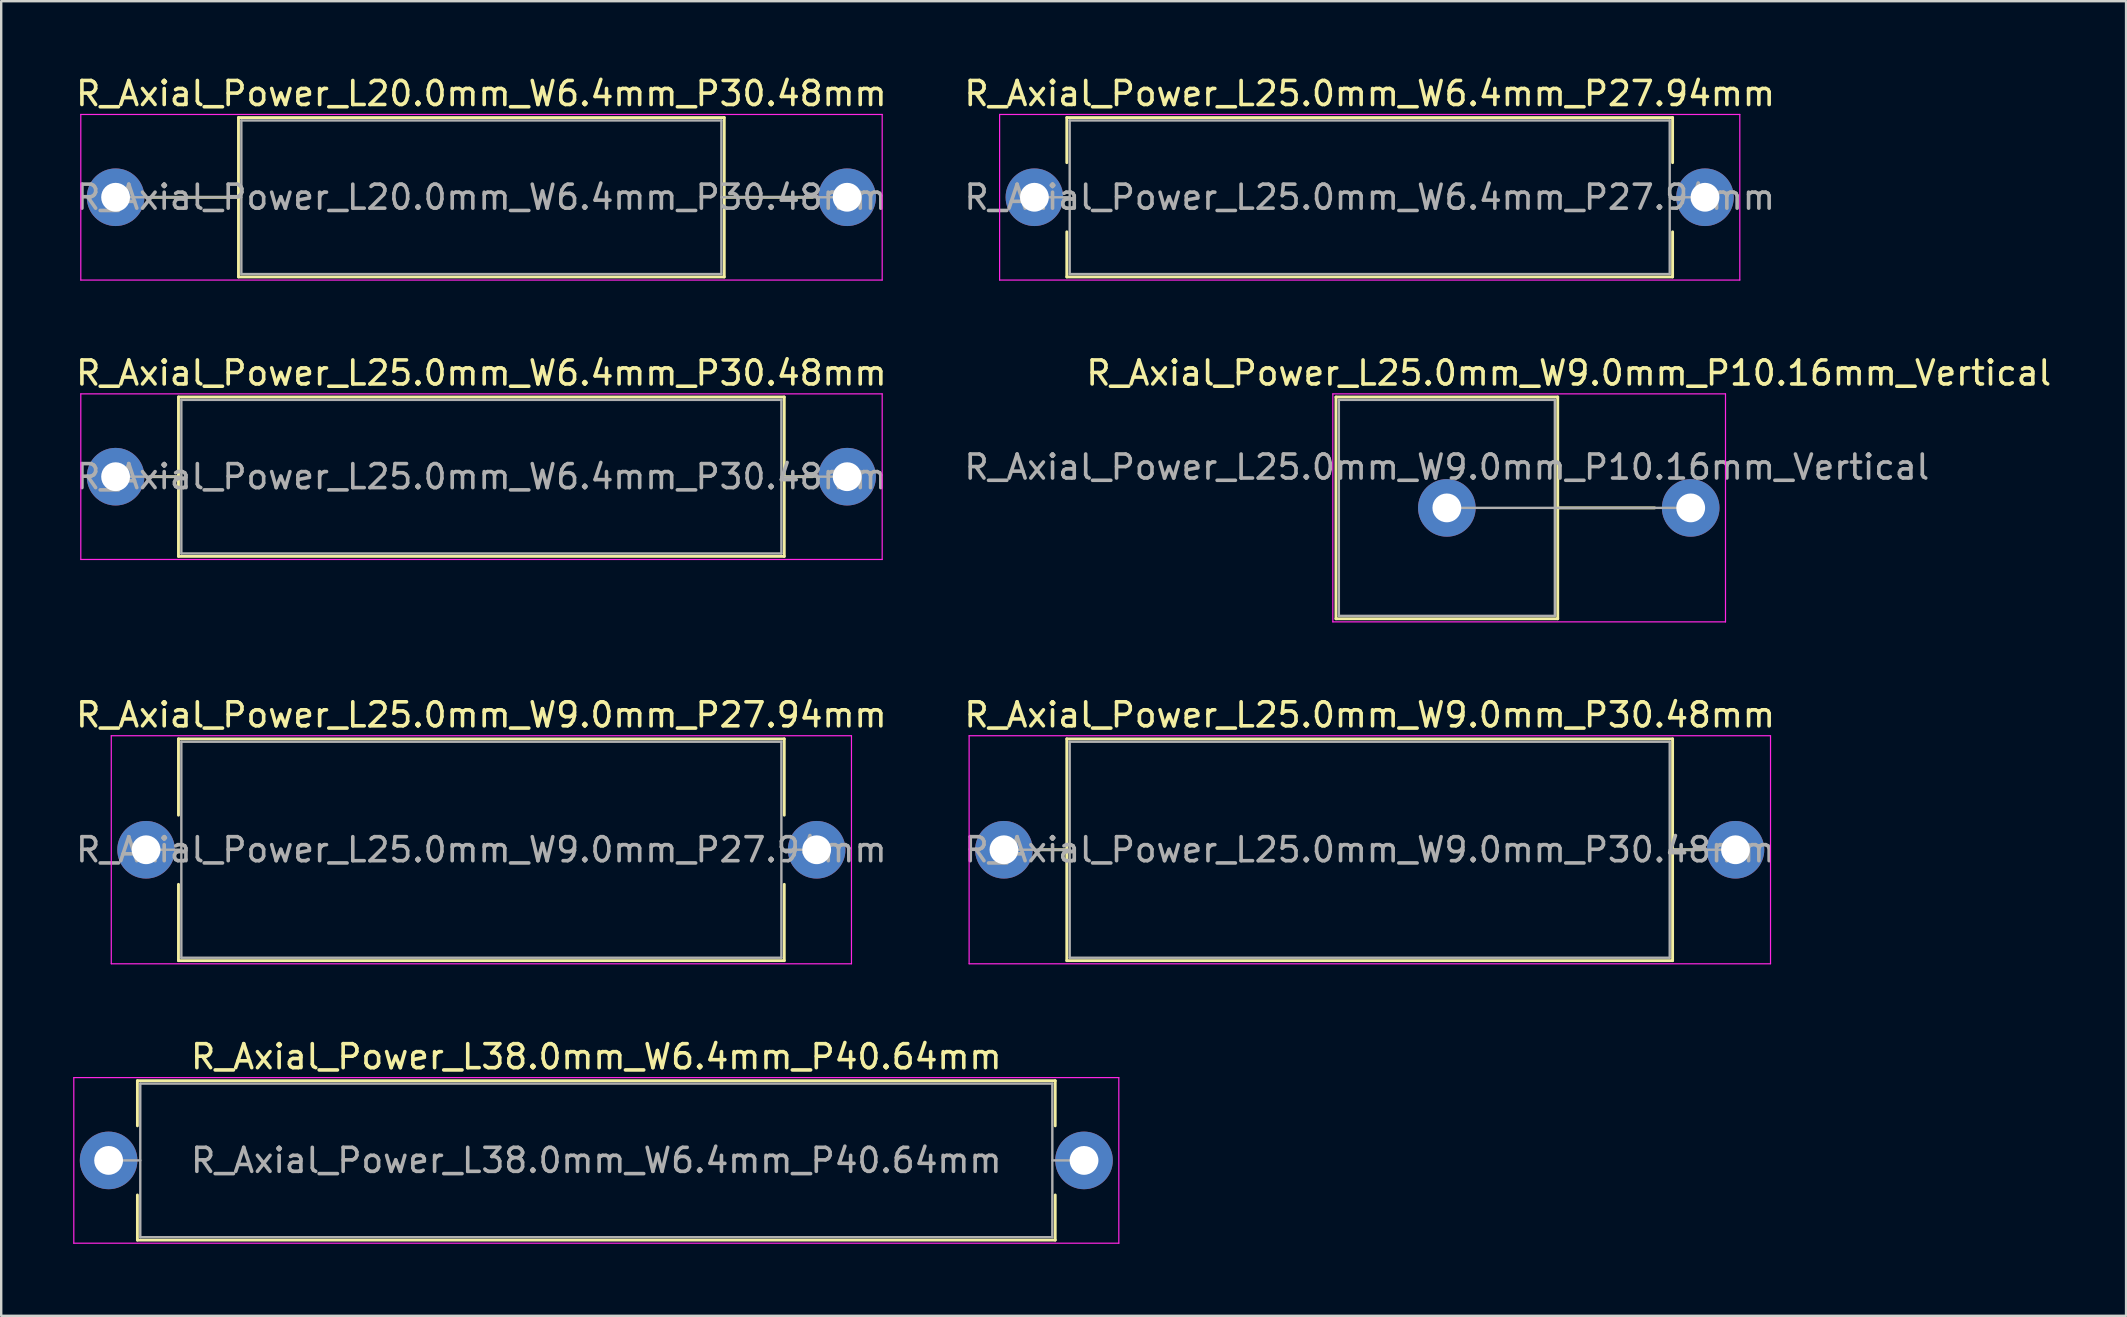
<source format=kicad_pcb>
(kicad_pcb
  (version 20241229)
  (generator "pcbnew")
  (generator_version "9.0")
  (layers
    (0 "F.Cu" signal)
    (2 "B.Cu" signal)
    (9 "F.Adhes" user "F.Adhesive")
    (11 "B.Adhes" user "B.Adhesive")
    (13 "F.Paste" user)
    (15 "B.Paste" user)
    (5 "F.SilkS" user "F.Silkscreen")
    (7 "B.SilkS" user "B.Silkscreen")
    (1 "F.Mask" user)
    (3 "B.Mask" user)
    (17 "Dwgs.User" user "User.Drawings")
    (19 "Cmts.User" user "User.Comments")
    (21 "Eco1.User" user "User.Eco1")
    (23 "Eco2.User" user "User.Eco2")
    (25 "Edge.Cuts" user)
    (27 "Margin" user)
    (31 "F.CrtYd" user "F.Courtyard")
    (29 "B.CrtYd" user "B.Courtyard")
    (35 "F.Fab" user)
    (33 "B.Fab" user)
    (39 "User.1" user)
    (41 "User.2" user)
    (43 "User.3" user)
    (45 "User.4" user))
  (footprint "R_Axial_Power_L38.0mm_W6.4mm_P40.64mm"
    (layer "F.Cu")
    (at 1.475 45.298)
    (property "Reference" "R_Axial_Power_L38.0mm_W6.4mm_P40.64mm" (at 20.32 -4.32 0) (layer "F.SilkS") (effects (font (size 1 1) (thickness 0.15))))
    (attr through_hole)
    (fp_line (start 1.2 -3.32) (end 39.44 -3.32) (stroke (width 0.12) (type solid)) (layer "F.SilkS"))
    (fp_line (start 1.2 -1.44) (end 1.2 -3.32) (stroke (width 0.12) (type solid)) (layer "F.SilkS"))
    (fp_line (start 1.2 1.44) (end 1.2 3.32) (stroke (width 0.12) (type solid)) (layer "F.SilkS"))
    (fp_line (start 1.2 3.32) (end 39.44 3.32) (stroke (width 0.12) (type solid)) (layer "F.SilkS"))
    (fp_line (start 39.44 -3.32) (end 39.44 -1.44) (stroke (width 0.12) (type solid)) (layer "F.SilkS"))
    (fp_line (start 39.44 3.32) (end 39.44 1.44) (stroke (width 0.12) (type solid)) (layer "F.SilkS"))
    (fp_line (start -1.45 -3.45) (end -1.45 3.45) (stroke (width 0.05) (type solid)) (layer "F.CrtYd"))
    (fp_line (start -1.45 3.45) (end 42.09 3.45) (stroke (width 0.05) (type solid)) (layer "F.CrtYd"))
    (fp_line (start 42.09 -3.45) (end -1.45 -3.45) (stroke (width 0.05) (type solid)) (layer "F.CrtYd"))
    (fp_line (start 42.09 3.45) (end 42.09 -3.45) (stroke (width 0.05) (type solid)) (layer "F.CrtYd"))
    (fp_line (start 0 0) (end 1.32 0) (stroke (width 0.1) (type solid)) (layer "F.Fab"))
    (fp_line (start 1.32 -3.2) (end 1.32 3.2) (stroke (width 0.1) (type solid)) (layer "F.Fab"))
    (fp_line (start 1.32 3.2) (end 39.32 3.2) (stroke (width 0.1) (type solid)) (layer "F.Fab"))
    (fp_line (start 39.32 -3.2) (end 1.32 -3.2) (stroke (width 0.1) (type solid)) (layer "F.Fab"))
    (fp_line (start 39.32 3.2) (end 39.32 -3.2) (stroke (width 0.1) (type solid)) (layer "F.Fab"))
    (fp_line (start 40.64 0) (end 39.32 0) (stroke (width 0.1) (type solid)) (layer "F.Fab"))
    (fp_text user "${REFERENCE}" (at 20.32 0 0) (layer "F.Fab") (effects (font (size 1 1) (thickness 0.15))))
    (pad "1" thru_hole circle (at 0 0) (size 2.4 2.4) (drill 1.2) (layers "*.Cu" "*.Mask"))
    (pad "2" thru_hole oval (at 40.64 0) (size 2.4 2.4) (drill 1.2) (layers "*.Cu" "*.Mask")))
  (footprint "R_Axial_Power_L20.0mm_W6.4mm_P30.48mm"
    (layer "F.Cu")
    (at 1.766 5.168)
    (property "Reference" "R_Axial_Power_L20.0mm_W6.4mm_P30.48mm" (at 15.24 -4.32 0) (layer "F.SilkS") (effects (font (size 1 1) (thickness 0.15))))
    (attr through_hole)
    (fp_line (start 1.44 0) (end 5.12 0) (stroke (width 0.12) (type solid)) (layer "F.SilkS"))
    (fp_line (start 5.12 -3.32) (end 5.12 3.32) (stroke (width 0.12) (type solid)) (layer "F.SilkS"))
    (fp_line (start 5.12 3.32) (end 25.36 3.32) (stroke (width 0.12) (type solid)) (layer "F.SilkS"))
    (fp_line (start 25.36 -3.32) (end 5.12 -3.32) (stroke (width 0.12) (type solid)) (layer "F.SilkS"))
    (fp_line (start 25.36 3.32) (end 25.36 -3.32) (stroke (width 0.12) (type solid)) (layer "F.SilkS"))
    (fp_line (start 29.04 0) (end 25.36 0) (stroke (width 0.12) (type solid)) (layer "F.SilkS"))
    (fp_line (start -1.45 -3.45) (end -1.45 3.45) (stroke (width 0.05) (type solid)) (layer "F.CrtYd"))
    (fp_line (start -1.45 3.45) (end 31.94 3.45) (stroke (width 0.05) (type solid)) (layer "F.CrtYd"))
    (fp_line (start 31.94 -3.45) (end -1.45 -3.45) (stroke (width 0.05) (type solid)) (layer "F.CrtYd"))
    (fp_line (start 31.94 3.45) (end 31.94 -3.45) (stroke (width 0.05) (type solid)) (layer "F.CrtYd"))
    (fp_line (start 0 0) (end 5.24 0) (stroke (width 0.1) (type solid)) (layer "F.Fab"))
    (fp_line (start 5.24 -3.2) (end 5.24 3.2) (stroke (width 0.1) (type solid)) (layer "F.Fab"))
    (fp_line (start 5.24 3.2) (end 25.24 3.2) (stroke (width 0.1) (type solid)) (layer "F.Fab"))
    (fp_line (start 25.24 -3.2) (end 5.24 -3.2) (stroke (width 0.1) (type solid)) (layer "F.Fab"))
    (fp_line (start 25.24 3.2) (end 25.24 -3.2) (stroke (width 0.1) (type solid)) (layer "F.Fab"))
    (fp_line (start 30.48 0) (end 25.24 0) (stroke (width 0.1) (type solid)) (layer "F.Fab"))
    (fp_text user "${REFERENCE}" (at 15.24 0 0) (layer "F.Fab") (effects (font (size 1 1) (thickness 0.15))))
    (pad "1" thru_hole circle (at 0 0) (size 2.4 2.4) (drill 1.2) (layers "*.Cu" "*.Mask"))
    (pad "2" thru_hole oval (at 30.48 0) (size 2.4 2.4) (drill 1.2) (layers "*.Cu" "*.Mask")))
  (footprint "R_Axial_Power_L25.0mm_W6.4mm_P30.48mm"
    (layer "F.Cu")
    (at 1.766 16.811)
    (property "Reference" "R_Axial_Power_L25.0mm_W6.4mm_P30.48mm" (at 15.24 -4.32 0) (layer "F.SilkS") (effects (font (size 1 1) (thickness 0.15))))
    (attr through_hole)
    (fp_line (start 1.44 0) (end 2.62 0) (stroke (width 0.12) (type solid)) (layer "F.SilkS"))
    (fp_line (start 2.62 -3.32) (end 2.62 3.32) (stroke (width 0.12) (type solid)) (layer "F.SilkS"))
    (fp_line (start 2.62 3.32) (end 27.86 3.32) (stroke (width 0.12) (type solid)) (layer "F.SilkS"))
    (fp_line (start 27.86 -3.32) (end 2.62 -3.32) (stroke (width 0.12) (type solid)) (layer "F.SilkS"))
    (fp_line (start 27.86 3.32) (end 27.86 -3.32) (stroke (width 0.12) (type solid)) (layer "F.SilkS"))
    (fp_line (start 29.04 0) (end 27.86 0) (stroke (width 0.12) (type solid)) (layer "F.SilkS"))
    (fp_line (start -1.45 -3.45) (end -1.45 3.45) (stroke (width 0.05) (type solid)) (layer "F.CrtYd"))
    (fp_line (start -1.45 3.45) (end 31.94 3.45) (stroke (width 0.05) (type solid)) (layer "F.CrtYd"))
    (fp_line (start 31.94 -3.45) (end -1.45 -3.45) (stroke (width 0.05) (type solid)) (layer "F.CrtYd"))
    (fp_line (start 31.94 3.45) (end 31.94 -3.45) (stroke (width 0.05) (type solid)) (layer "F.CrtYd"))
    (fp_line (start 0 0) (end 2.74 0) (stroke (width 0.1) (type solid)) (layer "F.Fab"))
    (fp_line (start 2.74 -3.2) (end 2.74 3.2) (stroke (width 0.1) (type solid)) (layer "F.Fab"))
    (fp_line (start 2.74 3.2) (end 27.74 3.2) (stroke (width 0.1) (type solid)) (layer "F.Fab"))
    (fp_line (start 27.74 -3.2) (end 2.74 -3.2) (stroke (width 0.1) (type solid)) (layer "F.Fab"))
    (fp_line (start 27.74 3.2) (end 27.74 -3.2) (stroke (width 0.1) (type solid)) (layer "F.Fab"))
    (fp_line (start 30.48 0) (end 27.74 0) (stroke (width 0.1) (type solid)) (layer "F.Fab"))
    (fp_text user "${REFERENCE}" (at 15.24 0 0) (layer "F.Fab") (effects (font (size 1 1) (thickness 0.15))))
    (pad "1" thru_hole circle (at 0 0) (size 2.4 2.4) (drill 1.2) (layers "*.Cu" "*.Mask"))
    (pad "2" thru_hole oval (at 30.48 0) (size 2.4 2.4) (drill 1.2) (layers "*.Cu" "*.Mask")))
  (footprint "R_Axial_Power_L25.0mm_W9.0mm_P30.48mm"
    (layer "F.Cu")
    (at 38.778 32.355)
    (property "Reference" "R_Axial_Power_L25.0mm_W9.0mm_P30.48mm" (at 15.24 -5.62 0) (layer "F.SilkS") (effects (font (size 1 1) (thickness 0.15))))
    (attr through_hole)
    (fp_line (start 1.44 0) (end 2.62 0) (stroke (width 0.12) (type solid)) (layer "F.SilkS"))
    (fp_line (start 2.62 -4.62) (end 2.62 4.62) (stroke (width 0.12) (type solid)) (layer "F.SilkS"))
    (fp_line (start 2.62 4.62) (end 27.86 4.62) (stroke (width 0.12) (type solid)) (layer "F.SilkS"))
    (fp_line (start 27.86 -4.62) (end 2.62 -4.62) (stroke (width 0.12) (type solid)) (layer "F.SilkS"))
    (fp_line (start 27.86 4.62) (end 27.86 -4.62) (stroke (width 0.12) (type solid)) (layer "F.SilkS"))
    (fp_line (start 29.04 0) (end 27.86 0) (stroke (width 0.12) (type solid)) (layer "F.SilkS"))
    (fp_line (start -1.45 -4.75) (end -1.45 4.75) (stroke (width 0.05) (type solid)) (layer "F.CrtYd"))
    (fp_line (start -1.45 4.75) (end 31.94 4.75) (stroke (width 0.05) (type solid)) (layer "F.CrtYd"))
    (fp_line (start 31.94 -4.75) (end -1.45 -4.75) (stroke (width 0.05) (type solid)) (layer "F.CrtYd"))
    (fp_line (start 31.94 4.75) (end 31.94 -4.75) (stroke (width 0.05) (type solid)) (layer "F.CrtYd"))
    (fp_line (start 0 0) (end 2.74 0) (stroke (width 0.1) (type solid)) (layer "F.Fab"))
    (fp_line (start 2.74 -4.5) (end 2.74 4.5) (stroke (width 0.1) (type solid)) (layer "F.Fab"))
    (fp_line (start 2.74 4.5) (end 27.74 4.5) (stroke (width 0.1) (type solid)) (layer "F.Fab"))
    (fp_line (start 27.74 -4.5) (end 2.74 -4.5) (stroke (width 0.1) (type solid)) (layer "F.Fab"))
    (fp_line (start 27.74 4.5) (end 27.74 -4.5) (stroke (width 0.1) (type solid)) (layer "F.Fab"))
    (fp_line (start 30.48 0) (end 27.74 0) (stroke (width 0.1) (type solid)) (layer "F.Fab"))
    (fp_text user "${REFERENCE}" (at 15.24 0 0) (layer "F.Fab") (effects (font (size 1 1) (thickness 0.15))))
    (pad "1" thru_hole circle (at 0 0) (size 2.4 2.4) (drill 1.2) (layers "*.Cu" "*.Mask"))
    (pad "2" thru_hole oval (at 30.48 0) (size 2.4 2.4) (drill 1.2) (layers "*.Cu" "*.Mask")))
  (footprint "R_Axial_Power_L25.0mm_W9.0mm_P10.16mm_Vertical"
    (layer "F.Cu")
    (at 57.232 18.111)
    (property "Reference" "R_Axial_Power_L25.0mm_W9.0mm_P10.16mm_Vertical" (at 5.08 -5.62 0) (layer "F.SilkS") (effects (font (size 1 1) (thickness 0.15))))
    (attr through_hole)
    (fp_line (start -4.62 -4.62) (end -4.62 4.62) (stroke (width 0.12) (type solid)) (layer "F.SilkS"))
    (fp_line (start -4.62 4.62) (end 4.62 4.62) (stroke (width 0.12) (type solid)) (layer "F.SilkS"))
    (fp_line (start 4.62 -4.62) (end -4.62 -4.62) (stroke (width 0.12) (type solid)) (layer "F.SilkS"))
    (fp_line (start 4.62 0) (end 8.66 0) (stroke (width 0.12) (type solid)) (layer "F.SilkS"))
    (fp_line (start 4.62 4.62) (end 4.62 -4.62) (stroke (width 0.12) (type solid)) (layer "F.SilkS"))
    (fp_line (start -4.75 -4.75) (end -4.75 4.75) (stroke (width 0.05) (type solid)) (layer "F.CrtYd"))
    (fp_line (start -4.75 4.75) (end 11.61 4.75) (stroke (width 0.05) (type solid)) (layer "F.CrtYd"))
    (fp_line (start 11.61 -4.75) (end -4.75 -4.75) (stroke (width 0.05) (type solid)) (layer "F.CrtYd"))
    (fp_line (start 11.61 4.75) (end 11.61 -4.75) (stroke (width 0.05) (type solid)) (layer "F.CrtYd"))
    (fp_line (start -4.5 -4.5) (end -4.5 4.5) (stroke (width 0.1) (type solid)) (layer "F.Fab"))
    (fp_line (start -4.5 4.5) (end 4.5 4.5) (stroke (width 0.1) (type solid)) (layer "F.Fab"))
    (fp_line (start 0 0) (end 10.16 0) (stroke (width 0.1) (type solid)) (layer "F.Fab"))
    (fp_line (start 4.5 -4.5) (end -4.5 -4.5) (stroke (width 0.1) (type solid)) (layer "F.Fab"))
    (fp_line (start 4.5 4.5) (end 4.5 -4.5) (stroke (width 0.1) (type solid)) (layer "F.Fab"))
    (fp_text user "${REFERENCE}" (at 0 -1.7 0) (layer "F.Fab") (effects (font (size 1 1) (thickness 0.15))))
    (pad "1" thru_hole circle (at 0 0) (size 2.4 2.4) (drill 1.2) (layers "*.Cu" "*.Mask"))
    (pad "2" thru_hole oval (at 10.16 0) (size 2.4 2.4) (drill 1.2) (layers "*.Cu" "*.Mask")))
  (footprint "R_Axial_Power_L25.0mm_W9.0mm_P27.94mm"
    (layer "F.Cu")
    (at 3.036 32.355)
    (property "Reference" "R_Axial_Power_L25.0mm_W9.0mm_P27.94mm" (at 13.97 -5.62 0) (layer "F.SilkS") (effects (font (size 1 1) (thickness 0.15))))
    (attr through_hole)
    (fp_line (start 1.35 -4.62) (end 26.59 -4.62) (stroke (width 0.12) (type solid)) (layer "F.SilkS"))
    (fp_line (start 1.35 -1.44) (end 1.35 -4.62) (stroke (width 0.12) (type solid)) (layer "F.SilkS"))
    (fp_line (start 1.35 1.44) (end 1.35 4.62) (stroke (width 0.12) (type solid)) (layer "F.SilkS"))
    (fp_line (start 1.35 4.62) (end 26.59 4.62) (stroke (width 0.12) (type solid)) (layer "F.SilkS"))
    (fp_line (start 26.59 -4.62) (end 26.59 -1.44) (stroke (width 0.12) (type solid)) (layer "F.SilkS"))
    (fp_line (start 26.59 4.62) (end 26.59 1.44) (stroke (width 0.12) (type solid)) (layer "F.SilkS"))
    (fp_line (start -1.45 -4.75) (end -1.45 4.75) (stroke (width 0.05) (type solid)) (layer "F.CrtYd"))
    (fp_line (start -1.45 4.75) (end 29.39 4.75) (stroke (width 0.05) (type solid)) (layer "F.CrtYd"))
    (fp_line (start 29.39 -4.75) (end -1.45 -4.75) (stroke (width 0.05) (type solid)) (layer "F.CrtYd"))
    (fp_line (start 29.39 4.75) (end 29.39 -4.75) (stroke (width 0.05) (type solid)) (layer "F.CrtYd"))
    (fp_line (start 0 0) (end 1.47 0) (stroke (width 0.1) (type solid)) (layer "F.Fab"))
    (fp_line (start 1.47 -4.5) (end 1.47 4.5) (stroke (width 0.1) (type solid)) (layer "F.Fab"))
    (fp_line (start 1.47 4.5) (end 26.47 4.5) (stroke (width 0.1) (type solid)) (layer "F.Fab"))
    (fp_line (start 26.47 -4.5) (end 1.47 -4.5) (stroke (width 0.1) (type solid)) (layer "F.Fab"))
    (fp_line (start 26.47 4.5) (end 26.47 -4.5) (stroke (width 0.1) (type solid)) (layer "F.Fab"))
    (fp_line (start 27.94 0) (end 26.47 0) (stroke (width 0.1) (type solid)) (layer "F.Fab"))
    (fp_text user "${REFERENCE}" (at 13.97 0 0) (layer "F.Fab") (effects (font (size 1 1) (thickness 0.15))))
    (pad "1" thru_hole circle (at 0 0) (size 2.4 2.4) (drill 1.2) (layers "*.Cu" "*.Mask"))
    (pad "2" thru_hole oval (at 27.94 0) (size 2.4 2.4) (drill 1.2) (layers "*.Cu" "*.Mask")))
  (footprint "R_Axial_Power_L25.0mm_W6.4mm_P27.94mm"
    (layer "F.Cu")
    (at 40.048 5.168)
    (property "Reference" "R_Axial_Power_L25.0mm_W6.4mm_P27.94mm" (at 13.97 -4.32 0) (layer "F.SilkS") (effects (font (size 1 1) (thickness 0.15))))
    (attr through_hole)
    (fp_line (start 1.35 -3.32) (end 26.59 -3.32) (stroke (width 0.12) (type solid)) (layer "F.SilkS"))
    (fp_line (start 1.35 -1.44) (end 1.35 -3.32) (stroke (width 0.12) (type solid)) (layer "F.SilkS"))
    (fp_line (start 1.35 1.44) (end 1.35 3.32) (stroke (width 0.12) (type solid)) (layer "F.SilkS"))
    (fp_line (start 1.35 3.32) (end 26.59 3.32) (stroke (width 0.12) (type solid)) (layer "F.SilkS"))
    (fp_line (start 26.59 -3.32) (end 26.59 -1.44) (stroke (width 0.12) (type solid)) (layer "F.SilkS"))
    (fp_line (start 26.59 3.32) (end 26.59 1.44) (stroke (width 0.12) (type solid)) (layer "F.SilkS"))
    (fp_line (start -1.45 -3.45) (end -1.45 3.45) (stroke (width 0.05) (type solid)) (layer "F.CrtYd"))
    (fp_line (start -1.45 3.45) (end 29.39 3.45) (stroke (width 0.05) (type solid)) (layer "F.CrtYd"))
    (fp_line (start 29.39 -3.45) (end -1.45 -3.45) (stroke (width 0.05) (type solid)) (layer "F.CrtYd"))
    (fp_line (start 29.39 3.45) (end 29.39 -3.45) (stroke (width 0.05) (type solid)) (layer "F.CrtYd"))
    (fp_line (start 0 0) (end 1.47 0) (stroke (width 0.1) (type solid)) (layer "F.Fab"))
    (fp_line (start 1.47 -3.2) (end 1.47 3.2) (stroke (width 0.1) (type solid)) (layer "F.Fab"))
    (fp_line (start 1.47 3.2) (end 26.47 3.2) (stroke (width 0.1) (type solid)) (layer "F.Fab"))
    (fp_line (start 26.47 -3.2) (end 1.47 -3.2) (stroke (width 0.1) (type solid)) (layer "F.Fab"))
    (fp_line (start 26.47 3.2) (end 26.47 -3.2) (stroke (width 0.1) (type solid)) (layer "F.Fab"))
    (fp_line (start 27.94 0) (end 26.47 0) (stroke (width 0.1) (type solid)) (layer "F.Fab"))
    (fp_text user "${REFERENCE}" (at 13.97 0 0) (layer "F.Fab") (effects (font (size 1 1) (thickness 0.15))))
    (pad "1" thru_hole circle (at 0 0) (size 2.4 2.4) (drill 1.2) (layers "*.Cu" "*.Mask"))
    (pad "2" thru_hole oval (at 27.94 0) (size 2.4 2.4) (drill 1.2) (layers "*.Cu" "*.Mask")))
  (gr_rect
    (start -3 -3)
    (end 85.532 51.773)
    (stroke (width 0.1) (type default))
    (fill no)
    (layer "Edge.Cuts")))
</source>
